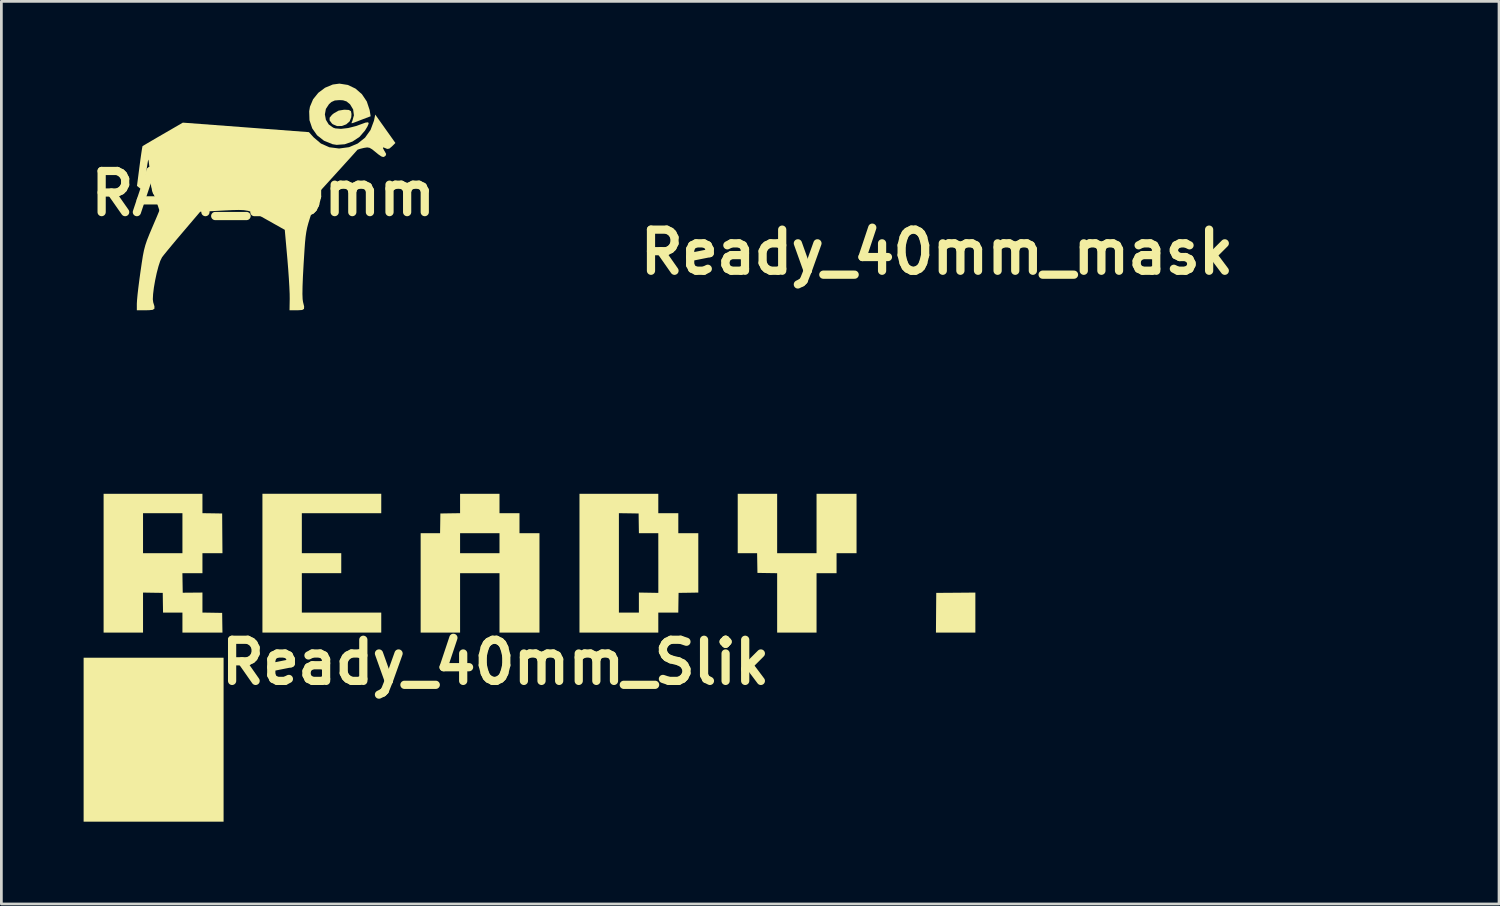
<source format=kicad_pcb>
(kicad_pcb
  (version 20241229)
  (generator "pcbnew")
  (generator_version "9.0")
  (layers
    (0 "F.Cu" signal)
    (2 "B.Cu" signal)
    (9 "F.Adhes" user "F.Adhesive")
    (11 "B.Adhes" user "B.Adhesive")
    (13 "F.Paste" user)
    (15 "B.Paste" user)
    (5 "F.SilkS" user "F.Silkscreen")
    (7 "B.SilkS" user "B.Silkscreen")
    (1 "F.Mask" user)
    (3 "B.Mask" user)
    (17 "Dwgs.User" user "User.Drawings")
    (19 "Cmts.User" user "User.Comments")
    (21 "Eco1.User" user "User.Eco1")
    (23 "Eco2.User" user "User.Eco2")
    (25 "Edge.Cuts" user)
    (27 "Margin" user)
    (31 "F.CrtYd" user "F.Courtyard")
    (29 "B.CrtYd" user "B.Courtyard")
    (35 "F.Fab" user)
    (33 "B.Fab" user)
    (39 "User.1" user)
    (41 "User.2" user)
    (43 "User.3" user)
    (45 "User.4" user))
  (footprint "Ready_40mm_mask"
    (layer "F.Cu")
    (at 31.123 6.147)
    (property "Reference" "Ready_40mm_mask" (at 0 0 0) (layer "F.SilkS") (effects (font (size 1.5 1.5) (thickness 0.3))))
    (attr board_only exclude_from_pos_files exclude_from_bom)
    (fp_poly (pts (xy -9.918 2.823) (xy -9.918 5.813) (xy -12.471 5.813) (xy -15.023 5.813) (xy -15.023 2.823) (xy -15.023 -0.167) (xy -12.471 -0.167) (xy -9.918 -0.167)) (stroke (width 0) (type solid)) (fill yes) (layer "F.Mask"))
    (fp_poly (pts (xy 17.503 -1.813) (xy 17.503 -1.084) (xy 16.784 -1.084) (xy 16.065 -1.084) (xy 16.07 -1.808) (xy 16.076 -2.532) (xy 16.789 -2.537) (xy 17.503 -2.543)) (stroke (width 0) (type solid)) (fill yes) (layer "F.Mask"))
    (fp_poly (pts (xy -4.167 -5.793) (xy -4.167 -5.438) (xy -5.616 -5.438) (xy -7.064 -5.438) (xy -7.064 -4.709) (xy -7.064 -3.98) (xy -6.345 -3.98) (xy -5.626 -3.98) (xy -5.626 -3.615) (xy -5.626 -3.251) (xy -6.345 -3.251) (xy -7.064 -3.251) (xy -7.064 -2.532) (xy -7.064 -1.813) (xy -5.616 -1.813) (xy -4.167 -1.813) (xy -4.167 -1.448) (xy -4.167 -1.084) (xy -6.334 -1.084) (xy -8.501 -1.084) (xy -8.501 -3.615) (xy -8.501 -6.147) (xy -6.334 -6.147) (xy -4.167 -6.147)) (stroke (width 0) (type solid)) (fill yes) (layer "F.Mask"))
    (fp_poly (pts (xy 10.273 -5.063) (xy 10.273 -3.98) (xy 10.991 -3.98) (xy 11.71 -3.98) (xy 11.71 -5.063) (xy 11.71 -6.147) (xy 12.44 -6.147) (xy 13.169 -6.147) (xy 13.169 -5.063) (xy 13.169 -3.98) (xy 12.804 -3.98) (xy 12.44 -3.98) (xy 12.44 -3.615) (xy 12.44 -3.251) (xy 12.075 -3.251) (xy 11.71 -3.251) (xy 11.71 -2.167) (xy 11.71 -1.084) (xy 10.991 -1.084) (xy 10.273 -1.084) (xy 10.273 -2.167) (xy 10.273 -3.25) (xy 9.913 -3.255) (xy 9.554 -3.261) (xy 9.548 -3.62) (xy 9.542 -3.98) (xy 9.189 -3.98) (xy 8.835 -3.98) (xy 8.835 -5.063) (xy 8.835 -6.147) (xy 9.554 -6.147) (xy 10.273 -6.147)) (stroke (width 0) (type solid)) (fill yes) (layer "F.Mask"))
    (fp_poly (pts (xy 0.146 -5.793) (xy 0.146 -5.438) (xy 0.51 -5.438) (xy 0.875 -5.438) (xy 0.875 -5.074) (xy 0.875 -4.709) (xy 1.24 -4.709) (xy 1.604 -4.709) (xy 1.604 -2.896) (xy 1.604 -1.084) (xy 0.875 -1.084) (xy 0.146 -1.084) (xy 0.146 -2.167) (xy 0.146 -3.251) (xy -0.573 -3.251) (xy -1.292 -3.251) (xy -1.292 -2.167) (xy -1.292 -1.084) (xy -2.011 -1.084) (xy -2.73 -1.084) (xy -2.73 -2.896) (xy -2.73 -4.709) (xy -2.376 -4.709) (xy -2.022 -4.709) (xy -1.292 -4.709) (xy -1.292 -4.344) (xy -1.292 -3.98) (xy -0.573 -3.98) (xy 0.146 -3.98) (xy 0.146 -4.344) (xy 0.146 -4.709) (xy -0.573 -4.709) (xy -1.292 -4.709) (xy -2.022 -4.709) (xy -2.016 -5.069) (xy -2.011 -5.428) (xy -1.651 -5.434) (xy -1.292 -5.439) (xy -1.292 -5.793) (xy -1.292 -6.147) (xy -0.573 -6.147) (xy 0.146 -6.147)) (stroke (width 0) (type solid)) (fill yes) (layer "F.Mask"))
    (fp_poly (pts (xy 5.938 -5.793) (xy 5.938 -5.438) (xy 6.303 -5.438) (xy 6.668 -5.438) (xy 6.668 -5.074) (xy 6.668 -4.709) (xy 7.032 -4.709) (xy 7.397 -4.709) (xy 7.397 -3.626) (xy 7.397 -2.543) (xy 7.038 -2.537) (xy 6.678 -2.532) (xy 6.672 -2.172) (xy 6.667 -1.813) (xy 6.303 -1.813) (xy 5.938 -1.813) (xy 5.938 -1.448) (xy 5.938 -1.084) (xy 4.501 -1.084) (xy 3.063 -1.084) (xy 3.063 -3.615) (xy 3.063 -5.439) (xy 4.501 -5.439) (xy 4.501 -3.626) (xy 4.501 -1.813) (xy 4.865 -1.813) (xy 5.23 -1.813) (xy 5.23 -2.178) (xy 5.23 -2.544) (xy 5.584 -2.538) (xy 5.939 -2.532) (xy 5.939 -3.62) (xy 5.938 -4.709) (xy 5.585 -4.709) (xy 5.231 -4.709) (xy 5.225 -5.069) (xy 5.22 -5.428) (xy 4.86 -5.434) (xy 4.501 -5.439) (xy 3.063 -5.439) (xy 3.063 -6.147) (xy 4.501 -6.147) (xy 5.938 -6.147)) (stroke (width 0) (type solid)) (fill yes) (layer "F.Mask"))
    (fp_poly (pts (xy -10.689 -5.793) (xy -10.689 -5.439) (xy -10.33 -5.434) (xy -9.97 -5.428) (xy -9.965 -4.704) (xy -9.959 -3.98) (xy -10.324 -3.98) (xy -10.689 -3.98) (xy -10.689 -3.615) (xy -10.689 -3.251) (xy -11.054 -3.251) (xy -11.42 -3.251) (xy -11.414 -2.894) (xy -11.408 -2.538) (xy -11.049 -2.541) (xy -10.689 -2.544) (xy -10.689 -2.179) (xy -10.689 -1.814) (xy -10.33 -1.808) (xy -9.97 -1.802) (xy -9.965 -1.443) (xy -9.959 -1.084) (xy -10.689 -1.084) (xy -11.419 -1.084) (xy -11.419 -1.448) (xy -11.419 -1.813) (xy -11.772 -1.813) (xy -12.126 -1.813) (xy -12.132 -2.172) (xy -12.137 -2.532) (xy -12.497 -2.537) (xy -12.856 -2.543) (xy -12.856 -1.813) (xy -12.856 -1.084) (xy -13.575 -1.084) (xy -14.294 -1.084) (xy -14.294 -3.615) (xy -14.294 -5.438) (xy -12.856 -5.438) (xy -12.856 -4.709) (xy -12.856 -3.98) (xy -12.137 -3.98) (xy -11.419 -3.98) (xy -11.419 -4.709) (xy -11.419 -5.438) (xy -12.137 -5.438) (xy -12.856 -5.438) (xy -14.294 -5.438) (xy -14.294 -6.147) (xy -12.492 -6.147) (xy -10.689 -6.147)) (stroke (width 0) (type solid)) (fill yes) (layer "F.Mask")))
  (footprint "Ready_40mm_Slik"
    (layer "F.Cu")
    (at 15.023 21.107)
    (property "Reference" "Ready_40mm_Slik" (at 0 0 0) (layer "F.SilkS") (effects (font (size 1.5 1.5) (thickness 0.3))))
    (attr board_only exclude_from_pos_files exclude_from_bom)
    (fp_poly (pts (xy -9.918 2.823) (xy -9.918 5.813) (xy -12.471 5.813) (xy -15.023 5.813) (xy -15.023 2.823) (xy -15.023 -0.167) (xy -12.471 -0.167) (xy -9.918 -0.167)) (stroke (width 0) (type solid)) (fill yes) (layer "F.SilkS"))
    (fp_poly (pts (xy 17.503 -1.813) (xy 17.503 -1.084) (xy 16.784 -1.084) (xy 16.065 -1.084) (xy 16.07 -1.808) (xy 16.076 -2.532) (xy 16.789 -2.537) (xy 17.503 -2.543)) (stroke (width 0) (type solid)) (fill yes) (layer "F.SilkS"))
    (fp_poly (pts (xy -4.167 -5.793) (xy -4.167 -5.438) (xy -5.616 -5.438) (xy -7.064 -5.438) (xy -7.064 -4.709) (xy -7.064 -3.98) (xy -6.345 -3.98) (xy -5.626 -3.98) (xy -5.626 -3.615) (xy -5.626 -3.251) (xy -6.345 -3.251) (xy -7.064 -3.251) (xy -7.064 -2.532) (xy -7.064 -1.813) (xy -5.616 -1.813) (xy -4.167 -1.813) (xy -4.167 -1.448) (xy -4.167 -1.084) (xy -6.334 -1.084) (xy -8.501 -1.084) (xy -8.501 -3.615) (xy -8.501 -6.147) (xy -6.334 -6.147) (xy -4.167 -6.147)) (stroke (width 0) (type solid)) (fill yes) (layer "F.SilkS"))
    (fp_poly (pts (xy 10.273 -5.063) (xy 10.273 -3.98) (xy 10.991 -3.98) (xy 11.71 -3.98) (xy 11.71 -5.063) (xy 11.71 -6.147) (xy 12.44 -6.147) (xy 13.169 -6.147) (xy 13.169 -5.063) (xy 13.169 -3.98) (xy 12.804 -3.98) (xy 12.44 -3.98) (xy 12.44 -3.615) (xy 12.44 -3.251) (xy 12.075 -3.251) (xy 11.71 -3.251) (xy 11.71 -2.167) (xy 11.71 -1.084) (xy 10.991 -1.084) (xy 10.273 -1.084) (xy 10.273 -2.167) (xy 10.273 -3.25) (xy 9.913 -3.255) (xy 9.554 -3.261) (xy 9.548 -3.62) (xy 9.542 -3.98) (xy 9.189 -3.98) (xy 8.835 -3.98) (xy 8.835 -5.063) (xy 8.835 -6.147) (xy 9.554 -6.147) (xy 10.273 -6.147)) (stroke (width 0) (type solid)) (fill yes) (layer "F.SilkS"))
    (fp_poly (pts (xy 0.146 -5.793) (xy 0.146 -5.438) (xy 0.51 -5.438) (xy 0.875 -5.438) (xy 0.875 -5.074) (xy 0.875 -4.709) (xy 1.24 -4.709) (xy 1.604 -4.709) (xy 1.604 -2.896) (xy 1.604 -1.084) (xy 0.875 -1.084) (xy 0.146 -1.084) (xy 0.146 -2.167) (xy 0.146 -3.251) (xy -0.573 -3.251) (xy -1.292 -3.251) (xy -1.292 -2.167) (xy -1.292 -1.084) (xy -2.011 -1.084) (xy -2.73 -1.084) (xy -2.73 -2.896) (xy -2.73 -4.709) (xy -2.376 -4.709) (xy -2.022 -4.709) (xy -1.292 -4.709) (xy -1.292 -4.344) (xy -1.292 -3.98) (xy -0.573 -3.98) (xy 0.146 -3.98) (xy 0.146 -4.344) (xy 0.146 -4.709) (xy -0.573 -4.709) (xy -1.292 -4.709) (xy -2.022 -4.709) (xy -2.016 -5.069) (xy -2.011 -5.428) (xy -1.651 -5.434) (xy -1.292 -5.439) (xy -1.292 -5.793) (xy -1.292 -6.147) (xy -0.573 -6.147) (xy 0.146 -6.147)) (stroke (width 0) (type solid)) (fill yes) (layer "F.SilkS"))
    (fp_poly (pts (xy 5.938 -5.793) (xy 5.938 -5.438) (xy 6.303 -5.438) (xy 6.668 -5.438) (xy 6.668 -5.074) (xy 6.668 -4.709) (xy 7.032 -4.709) (xy 7.397 -4.709) (xy 7.397 -3.626) (xy 7.397 -2.543) (xy 7.038 -2.537) (xy 6.678 -2.532) (xy 6.672 -2.172) (xy 6.667 -1.813) (xy 6.303 -1.813) (xy 5.938 -1.813) (xy 5.938 -1.448) (xy 5.938 -1.084) (xy 4.501 -1.084) (xy 3.063 -1.084) (xy 3.063 -3.615) (xy 3.063 -5.439) (xy 4.501 -5.439) (xy 4.501 -3.626) (xy 4.501 -1.813) (xy 4.865 -1.813) (xy 5.23 -1.813) (xy 5.23 -2.178) (xy 5.23 -2.544) (xy 5.584 -2.538) (xy 5.939 -2.532) (xy 5.939 -3.62) (xy 5.938 -4.709) (xy 5.585 -4.709) (xy 5.231 -4.709) (xy 5.225 -5.069) (xy 5.22 -5.428) (xy 4.86 -5.434) (xy 4.501 -5.439) (xy 3.063 -5.439) (xy 3.063 -6.147) (xy 4.501 -6.147) (xy 5.938 -6.147)) (stroke (width 0) (type solid)) (fill yes) (layer "F.SilkS"))
    (fp_poly (pts (xy -10.689 -5.793) (xy -10.689 -5.439) (xy -10.33 -5.434) (xy -9.97 -5.428) (xy -9.965 -4.704) (xy -9.959 -3.98) (xy -10.324 -3.98) (xy -10.689 -3.98) (xy -10.689 -3.615) (xy -10.689 -3.251) (xy -11.054 -3.251) (xy -11.42 -3.251) (xy -11.414 -2.894) (xy -11.408 -2.538) (xy -11.049 -2.541) (xy -10.689 -2.544) (xy -10.689 -2.179) (xy -10.689 -1.814) (xy -10.33 -1.808) (xy -9.97 -1.802) (xy -9.965 -1.443) (xy -9.959 -1.084) (xy -10.689 -1.084) (xy -11.419 -1.084) (xy -11.419 -1.448) (xy -11.419 -1.813) (xy -11.772 -1.813) (xy -12.126 -1.813) (xy -12.132 -2.172) (xy -12.137 -2.532) (xy -12.497 -2.537) (xy -12.856 -2.543) (xy -12.856 -1.813) (xy -12.856 -1.084) (xy -13.575 -1.084) (xy -14.294 -1.084) (xy -14.294 -3.615) (xy -14.294 -5.438) (xy -12.856 -5.438) (xy -12.856 -4.709) (xy -12.856 -3.98) (xy -12.137 -3.98) (xy -11.419 -3.98) (xy -11.419 -4.709) (xy -11.419 -5.438) (xy -12.137 -5.438) (xy -12.856 -5.438) (xy -14.294 -5.438) (xy -14.294 -6.147) (xy -12.492 -6.147) (xy -10.689 -6.147)) (stroke (width 0) (type solid)) (fill yes) (layer "F.SilkS")))
  (footprint "RAM_10mm"
    (layer "F.Cu")
    (at 6.55 4.008)
    (property "Reference" "RAM_10mm" (at 0 0 0) (layer "F.SilkS") (effects (font (size 1.5 1.5) (thickness 0.3))))
    (attr board_only exclude_from_pos_files exclude_from_bom)
    (fp_poly (pts (xy 3.126 -3.047) (xy 3.2 -3.003) (xy 3.22 -2.902) (xy 3.213 -2.782) (xy 3.154 -2.632) (xy 3.029 -2.522) (xy 2.866 -2.462) (xy 2.692 -2.46) (xy 2.538 -2.526) (xy 2.505 -2.555) (xy 2.422 -2.666) (xy 2.423 -2.765) (xy 2.511 -2.872) (xy 2.577 -2.925) (xy 2.752 -3.024) (xy 2.952 -3.056) (xy 2.978 -3.056)) (stroke (width 0) (type solid)) (fill yes) (layer "F.SilkS"))
    (fp_poly (pts (xy 3.087 -3.96) (xy 3.366 -3.827) (xy 3.601 -3.622) (xy 3.778 -3.358) (xy 3.881 -3.048) (xy 3.887 -3.016) (xy 3.919 -2.817) (xy 3.65 -2.715) (xy 3.485 -2.652) (xy 3.346 -2.599) (xy 3.288 -2.577) (xy 3.225 -2.56) (xy 3.229 -2.603) (xy 3.251 -2.644) (xy 3.309 -2.852) (xy 3.281 -3.065) (xy 3.17 -3.25) (xy 3.16 -3.26) (xy 3.041 -3.358) (xy 2.911 -3.4) (xy 2.78 -3.407) (xy 2.612 -3.393) (xy 2.49 -3.338) (xy 2.401 -3.26) (xy 2.286 -3.084) (xy 2.25 -2.885) (xy 2.287 -2.688) (xy 2.391 -2.518) (xy 2.555 -2.401) (xy 2.63 -2.375) (xy 2.837 -2.358) (xy 3.099 -2.388) (xy 3.386 -2.461) (xy 3.556 -2.522) (xy 3.731 -2.586) (xy 3.827 -2.598) (xy 3.848 -2.552) (xy 3.799 -2.439) (xy 3.711 -2.294) (xy 3.514 -2.066) (xy 3.259 -1.896) (xy 2.973 -1.796) (xy 2.68 -1.774) (xy 2.53 -1.798) (xy 2.216 -1.926) (xy 1.966 -2.123) (xy 1.788 -2.376) (xy 1.688 -2.673) (xy 1.677 -3) (xy 1.705 -3.165) (xy 1.819 -3.436) (xy 2.01 -3.673) (xy 2.256 -3.858) (xy 2.537 -3.975) (xy 2.78 -4.008)) (stroke (width 0) (type solid)) (fill yes) (layer "F.SilkS"))
    (fp_poly (pts (xy 4.454 -2.361) (xy 4.822 -1.843) (xy 4.697 -1.718) (xy 4.6 -1.637) (xy 4.523 -1.626) (xy 4.465 -1.65) (xy 4.381 -1.684) (xy 4.366 -1.657) (xy 4.417 -1.561) (xy 4.435 -1.533) (xy 4.484 -1.443) (xy 4.469 -1.386) (xy 4.436 -1.354) (xy 4.381 -1.33) (xy 4.31 -1.352) (xy 4.199 -1.428) (xy 4.113 -1.499) (xy 3.975 -1.61) (xy 3.878 -1.667) (xy 3.791 -1.681) (xy 3.68 -1.664) (xy 3.657 -1.659) (xy 3.527 -1.627) (xy 3.448 -1.601) (xy 3.438 -1.595) (xy 3.403 -1.555) (xy 3.31 -1.451) (xy 3.17 -1.295) (xy 2.992 -1.099) (xy 2.787 -0.872) (xy 2.71 -0.788) (xy 1.993 0.002) (xy 1.77 0.69) (xy 1.7 0.908) (xy 1.645 1.087) (xy 1.603 1.245) (xy 1.572 1.402) (xy 1.547 1.576) (xy 1.526 1.785) (xy 1.507 2.049) (xy 1.486 2.385) (xy 1.474 2.576) (xy 1.449 3.032) (xy 1.435 3.394) (xy 1.431 3.665) (xy 1.438 3.853) (xy 1.452 3.953) (xy 1.493 4.119) (xy 1.488 4.21) (xy 1.421 4.249) (xy 1.277 4.258) (xy 1.231 4.258) (xy 0.96 4.258) (xy 0.967 3.845) (xy 0.965 3.665) (xy 0.954 3.409) (xy 0.936 3.1) (xy 0.912 2.76) (xy 0.884 2.413) (xy 0.881 2.379) (xy 0.787 1.325) (xy 0.143 0.963) (xy -0.077 0.839) (xy -0.253 0.745) (xy -0.404 0.677) (xy -0.547 0.633) (xy -0.701 0.608) (xy -0.886 0.6) (xy -1.121 0.605) (xy -1.423 0.619) (xy -1.693 0.634) (xy -2.299 0.666) (xy -2.943 1.423) (xy -3.149 1.666) (xy -3.338 1.892) (xy -3.5 2.088) (xy -3.621 2.237) (xy -3.69 2.326) (xy -3.692 2.33) (xy -3.755 2.458) (xy -3.82 2.656) (xy -3.884 2.9) (xy -3.941 3.167) (xy -3.987 3.431) (xy -4.016 3.67) (xy -4.026 3.859) (xy -4.012 3.967) (xy -3.967 4.115) (xy -3.968 4.202) (xy -4.032 4.244) (xy -4.173 4.257) (xy -4.283 4.258) (xy -4.609 4.258) (xy -4.609 4.02) (xy -4.602 3.894) (xy -4.583 3.689) (xy -4.553 3.428) (xy -4.515 3.131) (xy -4.477 2.856) (xy -4.429 2.528) (xy -4.389 2.274) (xy -4.348 2.068) (xy -4.3 1.887) (xy -4.239 1.705) (xy -4.156 1.496) (xy -4.046 1.235) (xy -4 1.127) (xy -3.876 0.837) (xy -3.788 0.624) (xy -3.733 0.476) (xy -3.706 0.379) (xy -3.703 0.318) (xy -3.721 0.28) (xy -3.744 0.259) (xy -3.869 0.166) (xy -3.956 0.091) (xy -4.014 0.013) (xy -4.051 -0.087) (xy -4.076 -0.232) (xy -4.098 -0.442) (xy -4.114 -0.614) (xy -4.138 -0.851) (xy -4.16 -1.046) (xy -4.178 -1.18) (xy -4.19 -1.235) (xy -4.192 -1.236) (xy -4.205 -1.182) (xy -4.227 -1.05) (xy -4.255 -0.861) (xy -4.28 -0.68) (xy -4.31 -0.46) (xy -4.337 -0.28) (xy -4.358 -0.161) (xy -4.368 -0.125) (xy -4.415 -0.138) (xy -4.494 -0.191) (xy -4.604 -0.276) (xy -4.511 -0.993) (xy -4.477 -1.249) (xy -4.446 -1.467) (xy -4.421 -1.629) (xy -4.405 -1.717) (xy -4.401 -1.727) (xy -4.354 -1.756) (xy -4.235 -1.827) (xy -4.058 -1.931) (xy -3.839 -2.059) (xy -3.657 -2.164) (xy -2.931 -2.585) (xy -0.631 -2.412) (xy 1.668 -2.238) (xy 1.839 -2.049) (xy 2.105 -1.823) (xy 2.413 -1.687) (xy 2.764 -1.642) (xy 2.772 -1.642) (xy 3.132 -1.69) (xy 3.45 -1.825) (xy 3.714 -2.036) (xy 3.915 -2.317) (xy 4.041 -2.657) (xy 4.048 -2.691) (xy 4.087 -2.879)) (stroke (width 0) (type solid)) (fill yes) (layer "F.SilkS")))
  (gr_rect
    (start -3 -3)
    (end 51.626 29.921)
    (stroke (width 0.1) (type default))
    (fill no)
    (layer "Edge.Cuts")))
</source>
